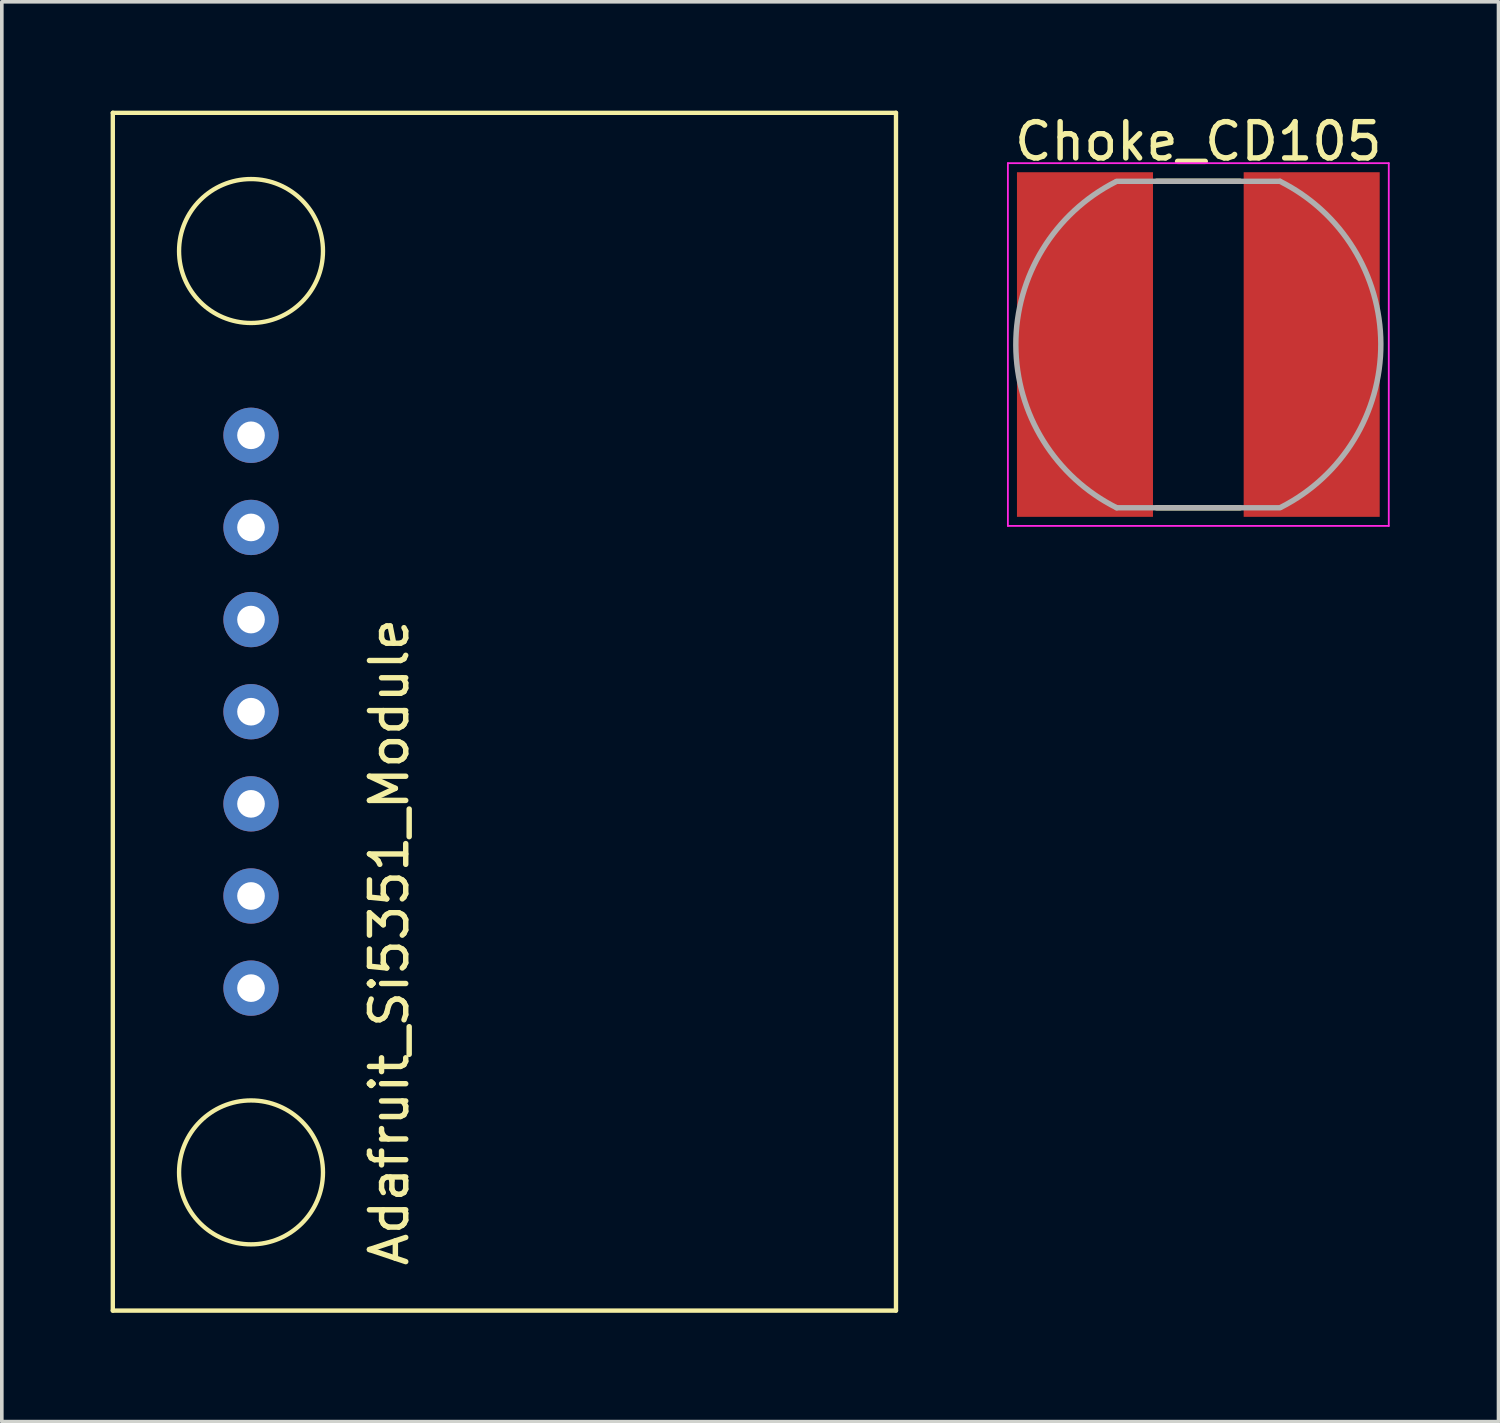
<source format=kicad_pcb>
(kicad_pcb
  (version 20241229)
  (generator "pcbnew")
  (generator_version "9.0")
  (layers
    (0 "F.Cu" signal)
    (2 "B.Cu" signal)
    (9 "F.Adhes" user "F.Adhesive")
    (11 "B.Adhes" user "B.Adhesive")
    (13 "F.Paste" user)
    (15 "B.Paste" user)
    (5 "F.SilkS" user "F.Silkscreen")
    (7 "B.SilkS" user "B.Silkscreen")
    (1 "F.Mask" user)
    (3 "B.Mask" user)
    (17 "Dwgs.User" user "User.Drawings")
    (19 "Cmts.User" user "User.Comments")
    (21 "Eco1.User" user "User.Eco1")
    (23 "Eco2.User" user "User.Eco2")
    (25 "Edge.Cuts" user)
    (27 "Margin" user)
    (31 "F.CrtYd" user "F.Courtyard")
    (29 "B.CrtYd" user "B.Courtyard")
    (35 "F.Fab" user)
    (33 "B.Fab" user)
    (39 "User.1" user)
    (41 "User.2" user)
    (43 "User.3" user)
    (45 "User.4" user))
  (footprint "Adafruit_Si5351_Module"
    (layer "F.Cu")
    (at 8.95 12.76)
    (property "Reference" "Adafruit_Si5351_Module" (at -1.27 10.16 90) (layer "F.SilkS") (effects (font (size 1 1) (thickness 0.15))))
    (attr through_hole)
    (fp_line (start -8.89 -12.7) (end -8.89 20.32) (stroke (width 0.12) (type solid)) (layer "F.SilkS"))
    (fp_line (start -8.89 20.32) (end 12.7 20.32) (stroke (width 0.12) (type solid)) (layer "F.SilkS"))
    (fp_line (start 12.7 -12.7) (end -8.89 -12.7) (stroke (width 0.12) (type solid)) (layer "F.SilkS"))
    (fp_line (start 12.7 20.32) (end 12.7 -12.7) (stroke (width 0.12) (type solid)) (layer "F.SilkS"))
    (fp_circle (center -5.08 -8.89) (end -3.81 -7.366) (stroke (width 0.12) (type solid)) (fill no) (layer "F.SilkS"))
    (fp_circle (center -5.08 16.51) (end -3.81 18.034) (stroke (width 0.12) (type solid)) (fill no) (layer "F.SilkS"))
    (pad "1" thru_hole circle (at -5.08 -3.81) (size 1.524 1.524) (drill 0.762) (layers "*.Cu" "*.Mask"))
    (pad "2" thru_hole circle (at -5.08 -1.27) (size 1.524 1.524) (drill 0.762) (layers "*.Cu" "*.Mask"))
    (pad "3" thru_hole circle (at -5.08 1.27) (size 1.524 1.524) (drill 0.762) (layers "*.Cu" "*.Mask"))
    (pad "4" thru_hole circle (at -5.08 3.81) (size 1.524 1.524) (drill 0.762) (layers "*.Cu" "*.Mask"))
    (pad "5" thru_hole circle (at -5.08 6.35) (size 1.524 1.524) (drill 0.762) (layers "*.Cu" "*.Mask"))
    (pad "6" thru_hole circle (at -5.08 8.89) (size 1.524 1.524) (drill 0.762) (layers "*.Cu" "*.Mask"))
    (pad "7" thru_hole circle (at -5.08 11.43) (size 1.524 1.524) (drill 0.762) (layers "*.Cu" "*.Mask")))
  (footprint "Choke_CD105"
    (layer "F.Cu")
    (at 29.985 6.448)
    (property "Reference" "Choke_CD105" (at 0 -5.6 180) (layer "F.SilkS") (effects (font (size 1 1) (thickness 0.15))))
    (attr smd)
    (fp_line (start -1.15 -4.5) (end 1.15 -4.5) (stroke (width 0.15) (type solid)) (layer "F.SilkS"))
    (fp_line (start -1.15 4.5) (end 1.15 4.5) (stroke (width 0.15) (type solid)) (layer "F.SilkS"))
    (fp_line (start -5.25 -5) (end 5.25 -5) (stroke (width 0.05) (type solid)) (layer "F.CrtYd"))
    (fp_line (start -5.25 5) (end -5.25 -5) (stroke (width 0.05) (type solid)) (layer "F.CrtYd"))
    (fp_line (start 5.25 -5) (end 5.25 5) (stroke (width 0.05) (type solid)) (layer "F.CrtYd"))
    (fp_line (start 5.25 5) (end -5.25 5) (stroke (width 0.05) (type solid)) (layer "F.CrtYd"))
    (fp_line (start -2.25 -4.5) (end 2.25 -4.5) (stroke (width 0.15) (type solid)) (layer "F.Fab"))
    (fp_line (start -2.25 4.5) (end 2.25 4.5) (stroke (width 0.15) (type solid)) (layer "F.Fab"))
    (fp_arc (start -2.25 4.5) (mid -5.031127 0.016241) (end -2.279005 -4.48538) (stroke (width 0.15) (type solid)) (layer "F.Fab"))
    (fp_arc (start 2.25 -4.5) (mid 5.031127 -0.016241) (end 2.279005 4.48538) (stroke (width 0.15) (type solid)) (layer "F.Fab"))
    (pad "1" smd rect (at -3.125 0 90) (size 9.5 3.75) (layers "F.Cu" "F.Mask" "F.Paste"))
    (pad "2" smd rect (at 3.125 0 90) (size 9.5 3.75) (layers "F.Cu" "F.Mask" "F.Paste")))
  (gr_rect
    (start -3 -3)
    (end 38.26 36.14)
    (stroke (width 0.1) (type default))
    (fill no)
    (layer "Edge.Cuts")))
</source>
